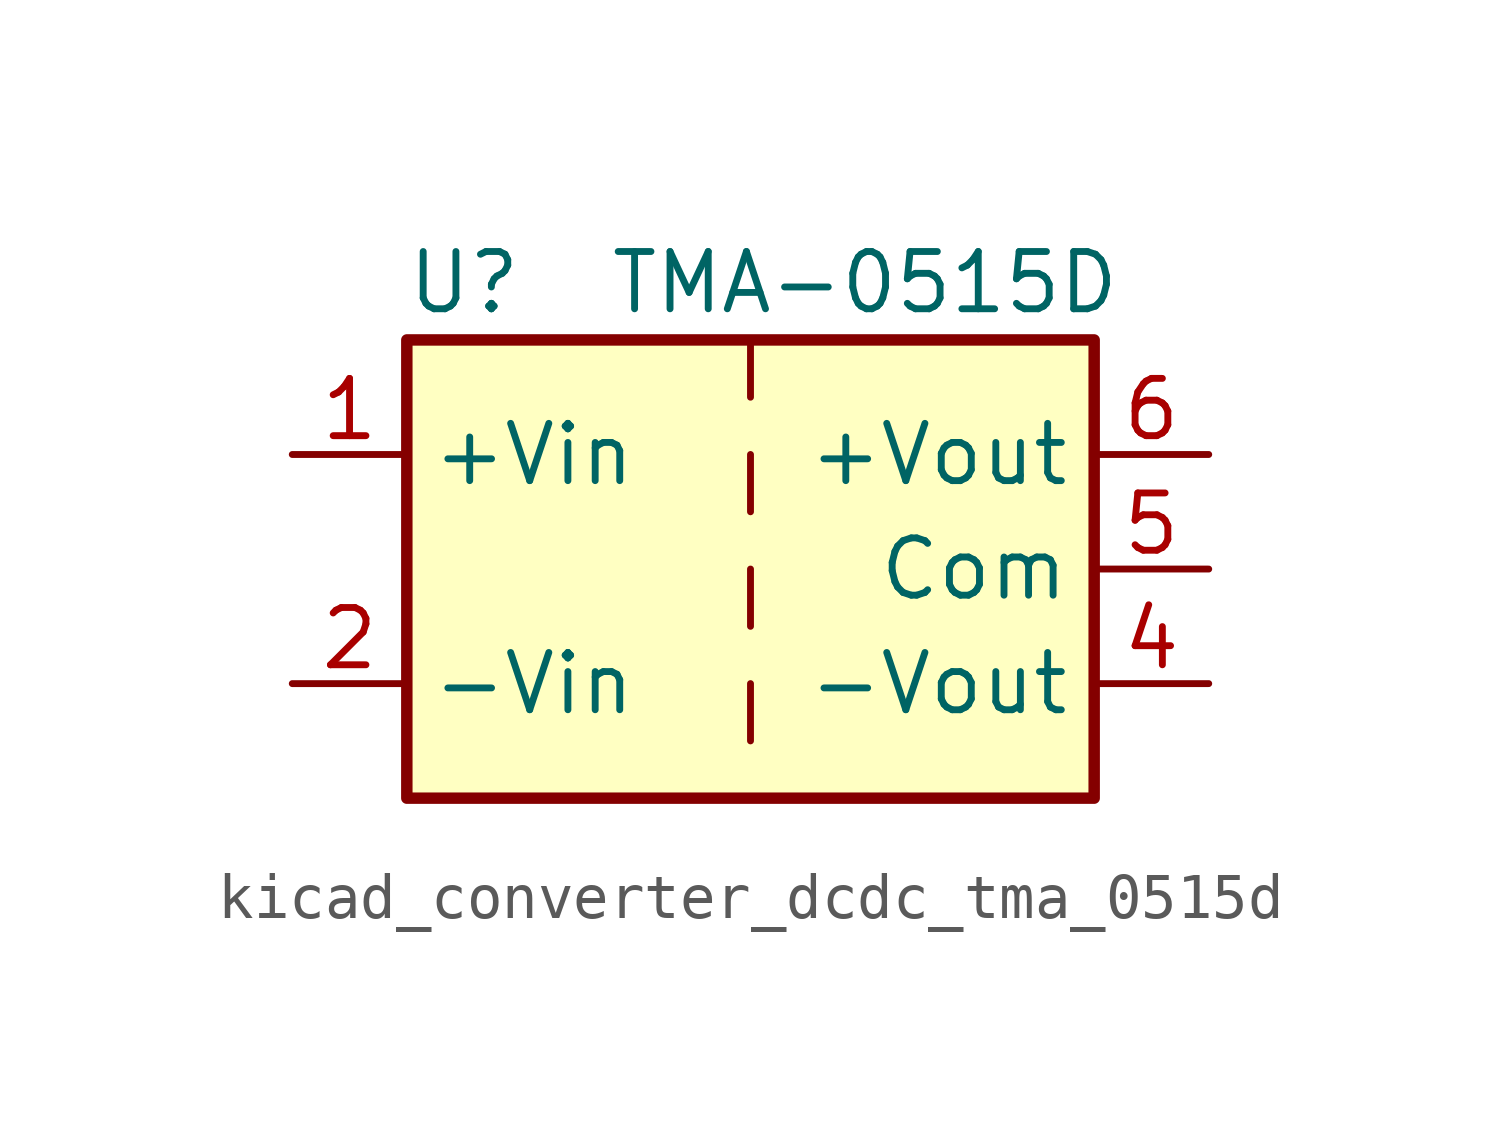
<source format=kicad_sym>
(kicad_symbol_lib
  (version 20220914)
  (generator kicad_symbol_editor)
  (symbol "kicad_converter_dcdc_tma_0515d"
    (property "Reference" "U"
      (at -6.35 6.35 0)
      (effects (font (size 1.27 1.27))))
    (property "Value" "TMA-0515D"
      (at 2.54 6.35 0)
      (effects (font (size 1.27 1.27))))
    (symbol "kicad_converter_dcdc_tma_0515d_0_1"
      (rectangle (start -7.62 5.08) (end 7.62 -5.08) (stroke (width 0.254) (type default)) (fill (type background)))
      (polyline (pts (xy 0 -2.54) (xy 0 -3.81)) (stroke (width 0) (type default)) (fill (type none)))
      (polyline (pts (xy 0 0) (xy 0 -1.27)) (stroke (width 0) (type default)) (fill (type none)))
      (polyline (pts (xy 0 2.54) (xy 0 1.27)) (stroke (width 0) (type default)) (fill (type none)))
      (polyline (pts (xy 0 5.08) (xy 0 3.81)) (stroke (width 0) (type default)) (fill (type none))))
    (symbol "kicad_converter_dcdc_tma_0515d_1_1"
      (pin power_in line (at -10.16 2.54 0) (length 2.54) (name "+Vin" (effects (font (size 1.27 1.27)))) (number "1" (effects (font (size 1.27 1.27)))))
      (pin power_in line (at -10.16 -2.54 0) (length 2.54) (name "-Vin" (effects (font (size 1.27 1.27)))) (number "2" (effects (font (size 1.27 1.27)))))
      (pin power_out line (at 10.16 -2.54 180) (length 2.54) (name "-Vout" (effects (font (size 1.27 1.27)))) (number "4" (effects (font (size 1.27 1.27)))))
      (pin power_out line (at 10.16 0 180) (length 2.54) (name "Com" (effects (font (size 1.27 1.27)))) (number "5" (effects (font (size 1.27 1.27)))))
      (pin power_out line (at 10.16 2.54 180) (length 2.54) (name "+Vout" (effects (font (size 1.27 1.27)))) (number "6" (effects (font (size 1.27 1.27))))))))
</source>
